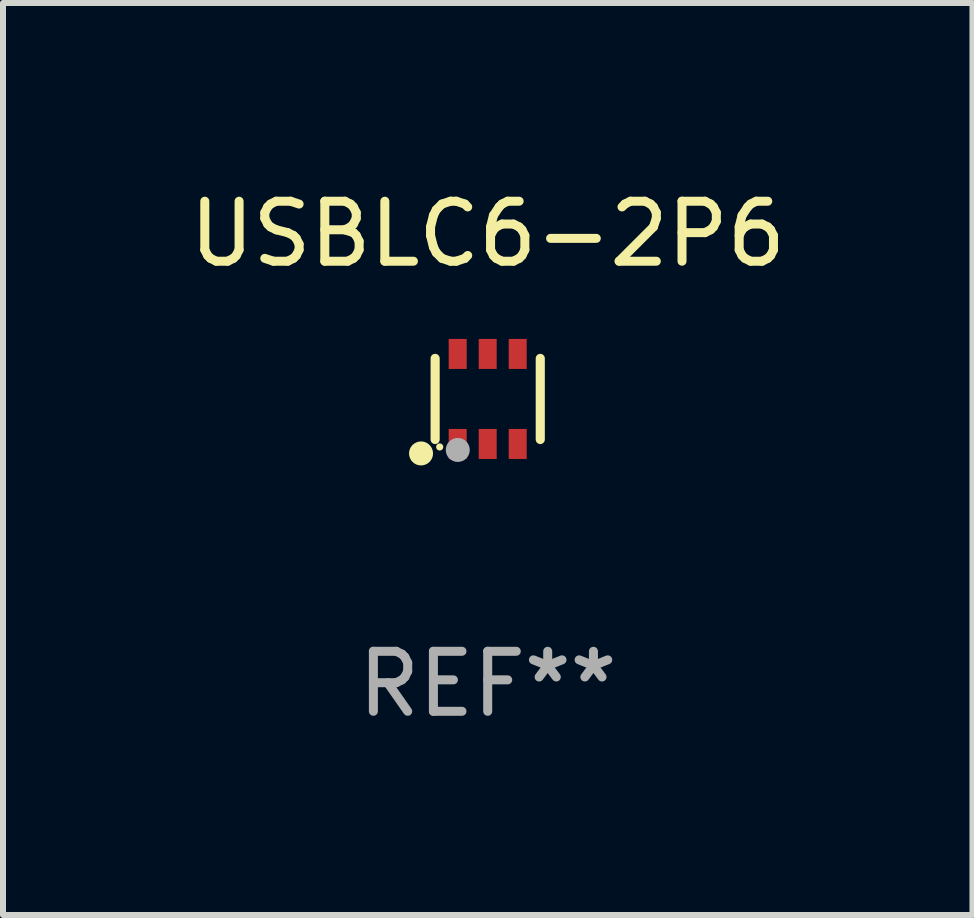
<source format=kicad_pcb>
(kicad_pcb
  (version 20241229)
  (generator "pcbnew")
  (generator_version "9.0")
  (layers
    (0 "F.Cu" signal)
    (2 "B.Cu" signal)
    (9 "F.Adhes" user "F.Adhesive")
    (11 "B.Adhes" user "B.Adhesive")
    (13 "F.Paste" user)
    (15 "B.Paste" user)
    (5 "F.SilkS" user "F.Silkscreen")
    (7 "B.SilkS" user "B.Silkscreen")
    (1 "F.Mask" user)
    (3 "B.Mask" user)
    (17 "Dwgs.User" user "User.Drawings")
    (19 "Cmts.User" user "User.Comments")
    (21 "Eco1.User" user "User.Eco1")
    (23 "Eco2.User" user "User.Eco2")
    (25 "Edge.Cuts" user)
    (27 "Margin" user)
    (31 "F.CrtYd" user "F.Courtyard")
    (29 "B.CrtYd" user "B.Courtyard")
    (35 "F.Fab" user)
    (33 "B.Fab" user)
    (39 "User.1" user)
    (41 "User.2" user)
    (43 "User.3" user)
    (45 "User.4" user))
  (footprint "USBLC6-2P6"
    (layer "F.Cu")
    (at 5.077 3.598)
    (property "Reference" "USBLC6-2P6" (at 0 -2.75 0) (layer "F.SilkS") (effects (font (size 1 1) (thickness 0.15))))
    (attr through_hole)
    (fp_line (start -0.876 0.676) (end -0.876 -0.676) (stroke (width 0.152) (type solid)) (layer "F.SilkS"))
    (fp_line (start 0.876 0.676) (end 0.876 -0.676) (stroke (width 0.152) (type solid)) (layer "F.SilkS"))
    (fp_circle (center -1.111 0.908) (end -1.011 0.908) (stroke (width 0.2) (type solid)) (fill no) (layer "F.SilkS"))
    (fp_circle (center -0.8 0.8) (end -0.77 0.8) (stroke (width 0.06) (type solid)) (fill no) (layer "F.SilkS"))
    (fp_circle (center -0.499 0.85) (end -0.399 0.85) (stroke (width 0.2) (type solid)) (fill no) (layer "F.Fab"))
    (fp_text user "REF**" (at 0 4.75 0) (layer "F.Fab") (effects (font (size 1 1) (thickness 0.15))))
    (pad "1" smd rect (at -0.5 0.75) (size 0.3 0.5) (layers "F.Cu" "F.Mask" "F.Paste"))
    (pad "2" smd rect (at 0 0.75) (size 0.3 0.5) (layers "F.Cu" "F.Mask" "F.Paste"))
    (pad "3" smd rect (at 0.5 0.75) (size 0.3 0.5) (layers "F.Cu" "F.Mask" "F.Paste"))
    (pad "4" smd rect (at 0.5 -0.75) (size 0.3 0.5) (layers "F.Cu" "F.Mask" "F.Paste"))
    (pad "5" smd rect (at 0 -0.75) (size 0.3 0.5) (layers "F.Cu" "F.Mask" "F.Paste"))
    (pad "6" smd rect (at -0.5 -0.75) (size 0.3 0.5) (layers "F.Cu" "F.Mask" "F.Paste")))
  (gr_rect
    (start -3 -3)
    (end 13.155 12.197)
    (stroke (width 0.1) (type default))
    (fill no)
    (layer "Edge.Cuts")))
</source>
